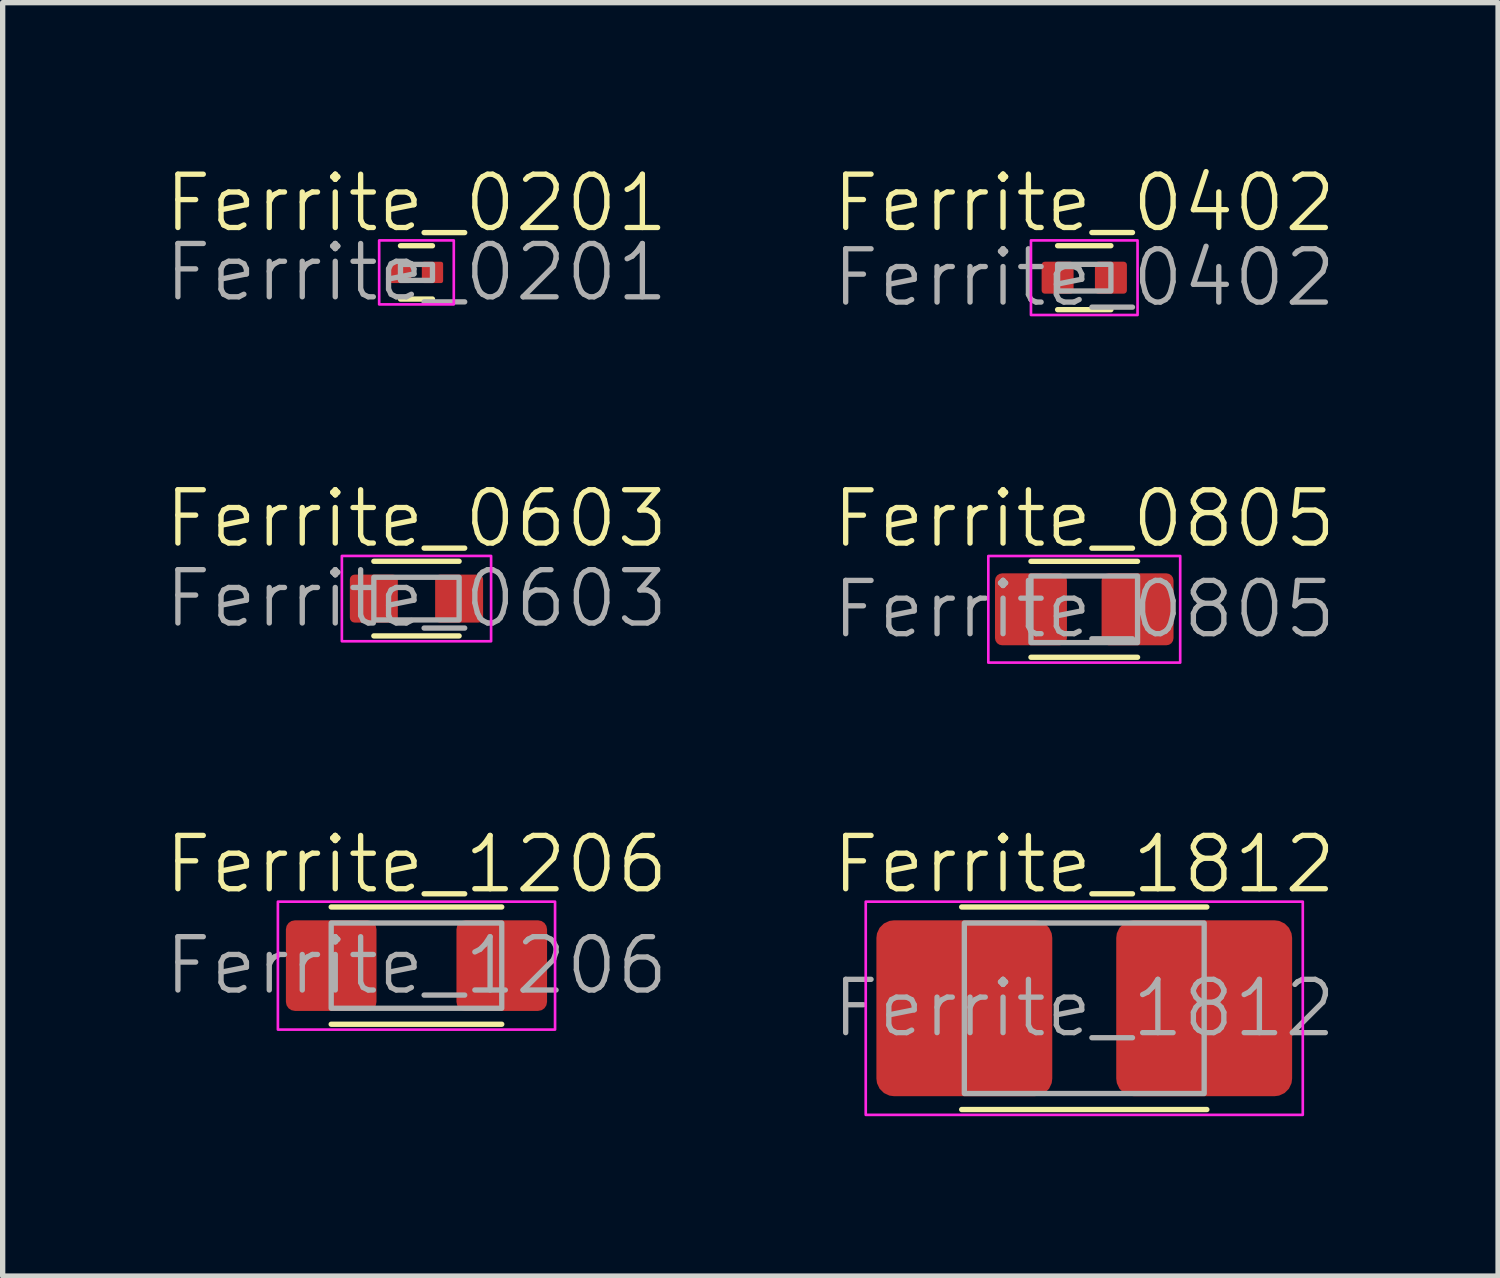
<source format=kicad_pcb>
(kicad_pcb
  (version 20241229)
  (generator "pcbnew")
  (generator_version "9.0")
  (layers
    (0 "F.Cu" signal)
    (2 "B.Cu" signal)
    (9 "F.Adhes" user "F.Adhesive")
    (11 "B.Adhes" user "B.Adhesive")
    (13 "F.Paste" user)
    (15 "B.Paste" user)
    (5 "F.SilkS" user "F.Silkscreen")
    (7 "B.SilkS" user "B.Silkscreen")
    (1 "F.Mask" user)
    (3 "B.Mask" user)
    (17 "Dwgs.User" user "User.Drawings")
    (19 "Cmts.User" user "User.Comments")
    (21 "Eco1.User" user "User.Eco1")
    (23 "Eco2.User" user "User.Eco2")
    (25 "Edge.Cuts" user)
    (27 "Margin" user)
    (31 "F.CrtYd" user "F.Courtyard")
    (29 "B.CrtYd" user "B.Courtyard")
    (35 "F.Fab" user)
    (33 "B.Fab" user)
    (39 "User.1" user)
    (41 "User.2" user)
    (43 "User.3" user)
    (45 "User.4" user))
  (footprint "Ferrite_0201"
    (layer "F.Cu")
    (at 4.764 2.061)
    (property "Reference" "Ferrite_0201" (at 0 -1.3 0) (unlocked yes) (layer "F.SilkS") (effects (font (size 1 1) (thickness 0.1))))
    (attr smd)
    (fp_line (start -0.3 -0.5) (end 0.3 -0.5) (stroke (width 0.1) (type default)) (layer "F.SilkS"))
    (fp_line (start -0.3 0.5) (end 0.3 0.5) (stroke (width 0.1) (type default)) (layer "F.SilkS"))
    (fp_rect (start -0.7 -0.6) (end 0.7 0.6) (stroke (width 0.05) (type default)) (fill no) (layer "F.CrtYd"))
    (fp_rect (start -0.3 -0.15) (end 0.3 0.15) (stroke (width 0.1) (type default)) (fill no) (layer "F.Fab"))
    (fp_text user "${REFERENCE}" (at 0 0 0) (unlocked yes) (layer "F.Fab") (effects (font (size 1 1) (thickness 0.1))))
    (pad "1" smd roundrect (at -0.3 0) (size 0.4 0.4) (layers "F.Cu" "F.Mask" "F.Paste") (roundrect_rratio 0.1))
    (pad "2" smd roundrect (at 0.3 0) (size 0.4 0.4) (layers "F.Cu" "F.Mask" "F.Paste") (roundrect_rratio 0.1)))
  (footprint "Ferrite_0603"
    (layer "F.Cu")
    (at 4.764 8.181)
    (property "Reference" "Ferrite_0603" (at 0 -1.5 0) (unlocked yes) (layer "F.SilkS") (effects (font (size 1 1) (thickness 0.1))))
    (attr smd)
    (fp_line (start -0.8 -0.7) (end 0.8 -0.7) (stroke (width 0.1) (type default)) (layer "F.SilkS"))
    (fp_line (start -0.8 0.7) (end 0.8 0.7) (stroke (width 0.1) (type default)) (layer "F.SilkS"))
    (fp_rect (start -1.4 -0.8) (end 1.4 0.8) (stroke (width 0.05) (type default)) (fill no) (layer "F.CrtYd"))
    (fp_rect (start -0.8 -0.4) (end 0.8 0.4) (stroke (width 0.1) (type default)) (fill no) (layer "F.Fab"))
    (fp_text user "${REFERENCE}" (at 0 0 0) (unlocked yes) (layer "F.Fab") (effects (font (size 1 1) (thickness 0.1))))
    (pad "1" smd roundrect (at -0.8 0) (size 0.9 0.9) (layers "F.Cu" "F.Mask" "F.Paste") (roundrect_rratio 0.1))
    (pad "2" smd roundrect (at 0.8 0) (size 0.9 0.9) (layers "F.Cu" "F.Mask" "F.Paste") (roundrect_rratio 0.1)))
  (footprint "Ferrite_1206"
    (layer "F.Cu")
    (at 4.764 15.067)
    (property "Reference" "Ferrite_1206" (at 0 -1.9 0) (unlocked yes) (layer "F.SilkS") (effects (font (size 1 1) (thickness 0.1))))
    (attr smd)
    (fp_line (start -1.6 -1.1) (end 1.6 -1.1) (stroke (width 0.1) (type default)) (layer "F.SilkS"))
    (fp_line (start -1.6 1.1) (end 1.6 1.1) (stroke (width 0.1) (type default)) (layer "F.SilkS"))
    (fp_rect (start -2.6 -1.2) (end 2.6 1.2) (stroke (width 0.05) (type default)) (fill no) (layer "F.CrtYd"))
    (fp_rect (start -1.6 -0.8) (end 1.6 0.8) (stroke (width 0.1) (type default)) (fill no) (layer "F.Fab"))
    (fp_text user "${REFERENCE}" (at 0 0 0) (unlocked yes) (layer "F.Fab") (effects (font (size 1 1) (thickness 0.1))))
    (pad "1" smd roundrect (at -1.6 0) (size 1.7 1.7) (layers "F.Cu" "F.Mask" "F.Paste") (roundrect_rratio 0.1))
    (pad "2" smd roundrect (at 1.6 0) (size 1.7 1.7) (layers "F.Cu" "F.Mask" "F.Paste") (roundrect_rratio 0.1)))
  (footprint "Ferrite_1812"
    (layer "F.Cu")
    (at 17.293 15.867)
    (property "Reference" "Ferrite_1812" (at 0 -2.7 0) (unlocked yes) (layer "F.SilkS") (effects (font (size 1 1) (thickness 0.1))))
    (attr smd)
    (fp_line (start -2.3 -1.9) (end 2.3 -1.9) (stroke (width 0.1) (type default)) (layer "F.SilkS"))
    (fp_line (start -2.3 1.9) (end 2.3 1.9) (stroke (width 0.1) (type default)) (layer "F.SilkS"))
    (fp_rect (start -4.1 -2) (end 4.1 2) (stroke (width 0.05) (type default)) (fill no) (layer "F.CrtYd"))
    (fp_rect (start -2.25 -1.6) (end 2.25 1.6) (stroke (width 0.1) (type default)) (fill no) (layer "F.Fab"))
    (fp_text user "${REFERENCE}" (at 0 0 0) (unlocked yes) (layer "F.Fab") (effects (font (size 1 1) (thickness 0.1))))
    (pad "1" smd roundrect (at -2.25 0) (size 3.3 3.3) (layers "F.Cu" "F.Mask" "F.Paste") (roundrect_rratio 0.1))
    (pad "2" smd roundrect (at 2.25 0) (size 3.3 3.3) (layers "F.Cu" "F.Mask" "F.Paste") (roundrect_rratio 0.1)))
  (footprint "Ferrite_0402"
    (layer "F.Cu")
    (at 17.293 2.16)
    (property "Reference" "Ferrite_0402" (at 0 -1.4 0) (unlocked yes) (layer "F.SilkS") (effects (font (size 1 1) (thickness 0.1))))
    (attr smd)
    (fp_line (start -0.5 -0.6) (end 0.5 -0.6) (stroke (width 0.1) (type default)) (layer "F.SilkS"))
    (fp_line (start -0.5 0.6) (end 0.5 0.6) (stroke (width 0.1) (type default)) (layer "F.SilkS"))
    (fp_rect (start -1 -0.7) (end 1 0.7) (stroke (width 0.05) (type default)) (fill no) (layer "F.CrtYd"))
    (fp_rect (start -0.5 -0.25) (end 0.5 0.25) (stroke (width 0.1) (type default)) (fill no) (layer "F.Fab"))
    (fp_text user "${REFERENCE}" (at 0 0 0) (unlocked yes) (layer "F.Fab") (effects (font (size 1 1) (thickness 0.1))))
    (pad "1" smd roundrect (at -0.5 0) (size 0.6 0.6) (layers "F.Cu" "F.Mask" "F.Paste") (roundrect_rratio 0.1))
    (pad "2" smd roundrect (at 0.5 0) (size 0.6 0.6) (layers "F.Cu" "F.Mask" "F.Paste") (roundrect_rratio 0.1)))
  (footprint "Ferrite_0805"
    (layer "F.Cu")
    (at 17.293 8.382)
    (property "Reference" "Ferrite_0805" (at 0 -1.7 0) (unlocked yes) (layer "F.SilkS") (effects (font (size 1 1) (thickness 0.1))))
    (attr smd)
    (fp_line (start -1 -0.9) (end 1 -0.9) (stroke (width 0.1) (type default)) (layer "F.SilkS"))
    (fp_line (start -1 0.9) (end 1 0.9) (stroke (width 0.1) (type default)) (layer "F.SilkS"))
    (fp_rect (start -1.8 -1) (end 1.8 1) (stroke (width 0.05) (type default)) (fill no) (layer "F.CrtYd"))
    (fp_rect (start -1 -0.625) (end 1 0.625) (stroke (width 0.1) (type default)) (fill no) (layer "F.Fab"))
    (fp_text user "${REFERENCE}" (at 0 0 0) (unlocked yes) (layer "F.Fab") (effects (font (size 1 1) (thickness 0.1))))
    (pad "1" smd roundrect (at -1 0) (size 1.35 1.35) (layers "F.Cu" "F.Mask" "F.Paste") (roundrect_rratio 0.1))
    (pad "2" smd roundrect (at 1 0) (size 1.35 1.35) (layers "F.Cu" "F.Mask" "F.Paste") (roundrect_rratio 0.1)))
  (gr_rect
    (start -3 -3)
    (end 25.057 20.892)
    (stroke (width 0.1) (type default))
    (fill no)
    (layer "Edge.Cuts")))
</source>
